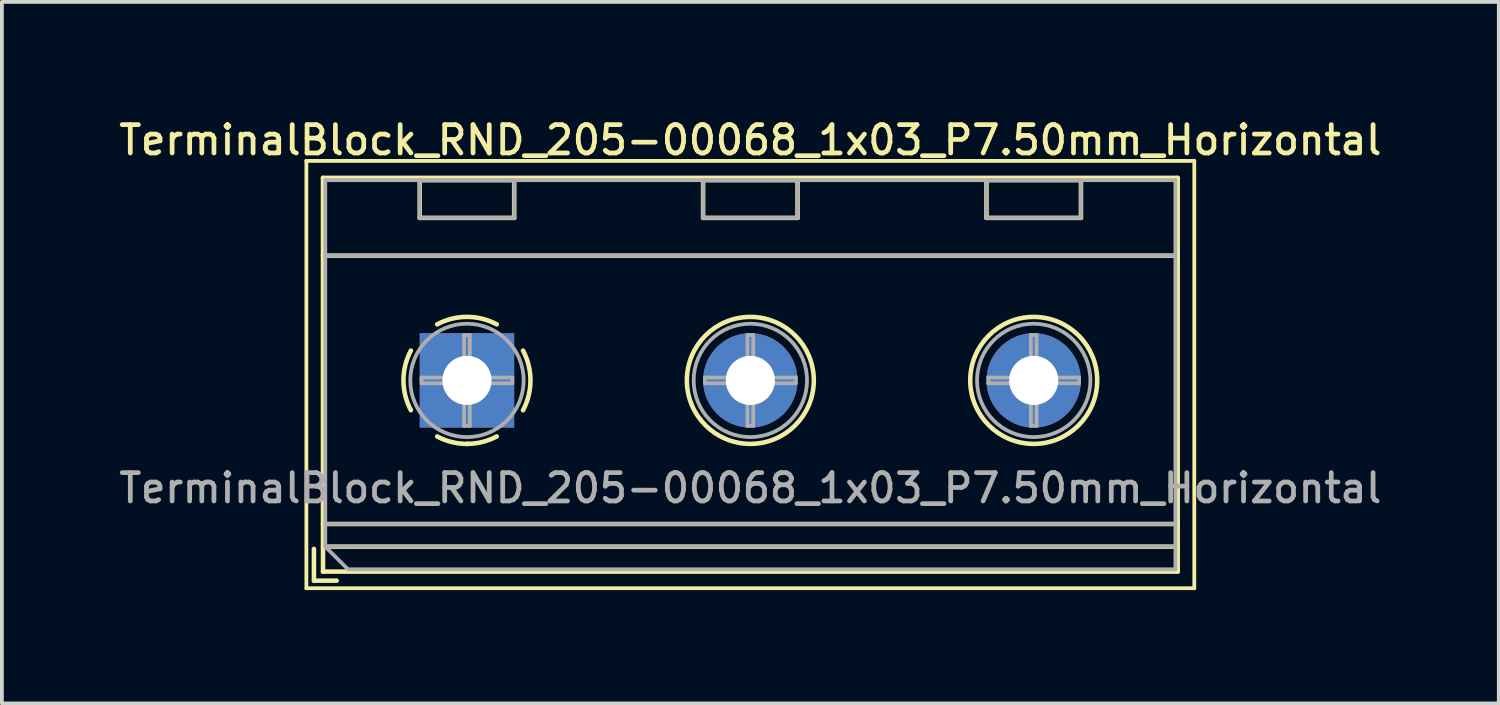
<source format=kicad_pcb>
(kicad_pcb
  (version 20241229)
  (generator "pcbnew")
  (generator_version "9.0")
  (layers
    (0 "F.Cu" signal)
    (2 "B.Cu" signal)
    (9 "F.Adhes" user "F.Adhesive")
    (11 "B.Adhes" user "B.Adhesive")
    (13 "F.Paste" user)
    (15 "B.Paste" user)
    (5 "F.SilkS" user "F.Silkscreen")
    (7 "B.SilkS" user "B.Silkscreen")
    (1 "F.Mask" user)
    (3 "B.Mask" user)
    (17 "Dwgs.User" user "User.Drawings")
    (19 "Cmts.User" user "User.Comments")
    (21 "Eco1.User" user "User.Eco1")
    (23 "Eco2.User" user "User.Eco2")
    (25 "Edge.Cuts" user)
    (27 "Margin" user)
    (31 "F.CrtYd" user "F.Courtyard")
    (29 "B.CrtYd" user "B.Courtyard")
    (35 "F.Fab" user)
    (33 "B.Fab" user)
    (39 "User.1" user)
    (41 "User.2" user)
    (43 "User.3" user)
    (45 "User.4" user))
  (footprint "TerminalBlock_RND_205-00068_1x03_P7.50mm_Horizontal"
    (layer "F.Cu")
    (at 9.309 7.018)
    (property "Reference" "TerminalBlock_RND_205-00068_1x03_P7.50mm_Horizontal" (at 7.5 -6.36 0) (layer "F.SilkS") (effects (font (size 0.75 0.75) (thickness 0.125))))
    (attr through_hole)
    (fp_line (start -4.25 -5.81) (end -4.25 5.5) (stroke (width 0.1) (type solid)) (layer "F.SilkS"))
    (fp_line (start -4.25 5.5) (end 19.25 5.5) (stroke (width 0.1) (type solid)) (layer "F.SilkS"))
    (fp_line (start -4.05 4.46) (end -4.05 5.3) (stroke (width 0.12) (type solid)) (layer "F.SilkS"))
    (fp_line (start -4.05 5.3) (end -3.45 5.3) (stroke (width 0.12) (type solid)) (layer "F.SilkS"))
    (fp_line (start -3.81 -5.36) (end -3.81 5.06) (stroke (width 0.12) (type solid)) (layer "F.SilkS"))
    (fp_line (start -3.81 -5.36) (end 18.811 -5.36) (stroke (width 0.12) (type solid)) (layer "F.SilkS"))
    (fp_line (start -3.81 -3.301) (end 18.811 -3.301) (stroke (width 0.12) (type solid)) (layer "F.SilkS"))
    (fp_line (start -3.81 3.8) (end 18.811 3.8) (stroke (width 0.12) (type solid)) (layer "F.SilkS"))
    (fp_line (start -3.81 4.4) (end 18.811 4.4) (stroke (width 0.12) (type solid)) (layer "F.SilkS"))
    (fp_line (start -3.81 5.06) (end 18.811 5.06) (stroke (width 0.12) (type solid)) (layer "F.SilkS"))
    (fp_line (start -1.25 -5.301) (end -1.25 -4.301) (stroke (width 0.12) (type solid)) (layer "F.SilkS"))
    (fp_line (start -1.25 -5.301) (end 1.25 -5.301) (stroke (width 0.12) (type solid)) (layer "F.SilkS"))
    (fp_line (start -1.25 -4.301) (end 1.25 -4.301) (stroke (width 0.12) (type solid)) (layer "F.SilkS"))
    (fp_line (start 1.25 -5.301) (end 1.25 -4.301) (stroke (width 0.12) (type solid)) (layer "F.SilkS"))
    (fp_line (start 6.25 -5.301) (end 6.25 -4.301) (stroke (width 0.12) (type solid)) (layer "F.SilkS"))
    (fp_line (start 6.25 -5.301) (end 8.75 -5.301) (stroke (width 0.12) (type solid)) (layer "F.SilkS"))
    (fp_line (start 6.25 -4.301) (end 8.75 -4.301) (stroke (width 0.12) (type solid)) (layer "F.SilkS"))
    (fp_line (start 8.75 -5.301) (end 8.75 -4.301) (stroke (width 0.12) (type solid)) (layer "F.SilkS"))
    (fp_line (start 13.75 -5.301) (end 13.75 -4.301) (stroke (width 0.12) (type solid)) (layer "F.SilkS"))
    (fp_line (start 13.75 -5.301) (end 16.25 -5.301) (stroke (width 0.12) (type solid)) (layer "F.SilkS"))
    (fp_line (start 13.75 -4.301) (end 16.25 -4.301) (stroke (width 0.12) (type solid)) (layer "F.SilkS"))
    (fp_line (start 16.25 -5.301) (end 16.25 -4.301) (stroke (width 0.12) (type solid)) (layer "F.SilkS"))
    (fp_line (start 18.811 -5.36) (end 18.811 5.06) (stroke (width 0.12) (type solid)) (layer "F.SilkS"))
    (fp_line (start 19.25 -5.81) (end -4.25 -5.81) (stroke (width 0.1) (type solid)) (layer "F.SilkS"))
    (fp_line (start 19.25 5.5) (end 19.25 -5.81) (stroke (width 0.1) (type solid)) (layer "F.SilkS"))
    (fp_arc (start -1.483953 0.789089) (mid -1.680708 0.00005) (end -1.484 -0.789) (stroke (width 0.12) (type solid)) (layer "F.SilkS"))
    (fp_arc (start -0.789089 -1.483953) (mid -0.00005 -1.680708) (end 0.789 -1.484) (stroke (width 0.12) (type solid)) (layer "F.SilkS"))
    (fp_arc (start 0.029383 1.68045) (mid -0.392304 1.634281) (end -0.789 1.484) (stroke (width 0.12) (type solid)) (layer "F.SilkS"))
    (fp_arc (start 0.788712 1.483352) (mid 0.406429 1.630097) (end 0 1.68) (stroke (width 0.12) (type solid)) (layer "F.SilkS"))
    (fp_arc (start 1.483953 -0.789089) (mid 1.680708 -0.00005) (end 1.484 0.789) (stroke (width 0.12) (type solid)) (layer "F.SilkS"))
    (fp_circle (center 7.5 0) (end 9.18 0) (stroke (width 0.12) (type solid)) (fill no) (layer "F.SilkS"))
    (fp_circle (center 15 0) (end 16.68 0) (stroke (width 0.12) (type solid)) (fill no) (layer "F.SilkS"))
    (fp_line (start -3.75 -5.3) (end 18.75 -5.3) (stroke (width 0.1) (type solid)) (layer "F.Fab"))
    (fp_line (start -3.75 -3.3) (end 18.75 -3.3) (stroke (width 0.1) (type solid)) (layer "F.Fab"))
    (fp_line (start -3.75 3.8) (end 18.75 3.8) (stroke (width 0.1) (type solid)) (layer "F.Fab"))
    (fp_line (start -3.75 4.4) (end -3.75 -5.3) (stroke (width 0.1) (type solid)) (layer "F.Fab"))
    (fp_line (start -3.75 4.4) (end 18.75 4.4) (stroke (width 0.1) (type solid)) (layer "F.Fab"))
    (fp_line (start -3.15 5) (end -3.75 4.4) (stroke (width 0.1) (type solid)) (layer "F.Fab"))
    (fp_line (start -1.25 -5.3) (end -1.25 -4.3) (stroke (width 0.1) (type solid)) (layer "F.Fab"))
    (fp_line (start -1.25 -4.3) (end 1.25 -4.3) (stroke (width 0.1) (type solid)) (layer "F.Fab"))
    (fp_line (start -1.201 -0.076) (end -0.076 -0.076) (stroke (width 0.1) (type solid)) (layer "F.Fab"))
    (fp_line (start -1.201 0.076) (end -1.201 -0.076) (stroke (width 0.1) (type solid)) (layer "F.Fab"))
    (fp_line (start -0.076 -1.201) (end 0.076 -1.201) (stroke (width 0.1) (type solid)) (layer "F.Fab"))
    (fp_line (start -0.076 -0.076) (end -0.076 -1.201) (stroke (width 0.1) (type solid)) (layer "F.Fab"))
    (fp_line (start -0.076 0.076) (end -1.201 0.076) (stroke (width 0.1) (type solid)) (layer "F.Fab"))
    (fp_line (start -0.076 1.201) (end -0.076 0.076) (stroke (width 0.1) (type solid)) (layer "F.Fab"))
    (fp_line (start 0.076 -1.201) (end 0.076 -0.076) (stroke (width 0.1) (type solid)) (layer "F.Fab"))
    (fp_line (start 0.076 -0.076) (end 1.201 -0.076) (stroke (width 0.1) (type solid)) (layer "F.Fab"))
    (fp_line (start 0.076 0.076) (end 0.076 1.201) (stroke (width 0.1) (type solid)) (layer "F.Fab"))
    (fp_line (start 0.076 1.201) (end -0.076 1.201) (stroke (width 0.1) (type solid)) (layer "F.Fab"))
    (fp_line (start 1.201 -0.076) (end 1.201 0.076) (stroke (width 0.1) (type solid)) (layer "F.Fab"))
    (fp_line (start 1.201 0.076) (end 0.076 0.076) (stroke (width 0.1) (type solid)) (layer "F.Fab"))
    (fp_line (start 1.25 -5.3) (end -1.25 -5.3) (stroke (width 0.1) (type solid)) (layer "F.Fab"))
    (fp_line (start 1.25 -4.3) (end 1.25 -5.3) (stroke (width 0.1) (type solid)) (layer "F.Fab"))
    (fp_line (start 6.25 -5.3) (end 6.25 -4.3) (stroke (width 0.1) (type solid)) (layer "F.Fab"))
    (fp_line (start 6.25 -4.3) (end 8.75 -4.3) (stroke (width 0.1) (type solid)) (layer "F.Fab"))
    (fp_line (start 6.299 -0.076) (end 7.424 -0.076) (stroke (width 0.1) (type solid)) (layer "F.Fab"))
    (fp_line (start 6.299 0.076) (end 6.299 -0.076) (stroke (width 0.1) (type solid)) (layer "F.Fab"))
    (fp_line (start 7.424 -1.201) (end 7.576 -1.201) (stroke (width 0.1) (type solid)) (layer "F.Fab"))
    (fp_line (start 7.424 -0.076) (end 7.424 -1.201) (stroke (width 0.1) (type solid)) (layer "F.Fab"))
    (fp_line (start 7.424 0.076) (end 6.299 0.076) (stroke (width 0.1) (type solid)) (layer "F.Fab"))
    (fp_line (start 7.424 1.201) (end 7.424 0.076) (stroke (width 0.1) (type solid)) (layer "F.Fab"))
    (fp_line (start 7.576 -1.201) (end 7.576 -0.076) (stroke (width 0.1) (type solid)) (layer "F.Fab"))
    (fp_line (start 7.576 -0.076) (end 8.701 -0.076) (stroke (width 0.1) (type solid)) (layer "F.Fab"))
    (fp_line (start 7.576 0.076) (end 7.576 1.201) (stroke (width 0.1) (type solid)) (layer "F.Fab"))
    (fp_line (start 7.576 1.201) (end 7.424 1.201) (stroke (width 0.1) (type solid)) (layer "F.Fab"))
    (fp_line (start 8.701 -0.076) (end 8.701 0.076) (stroke (width 0.1) (type solid)) (layer "F.Fab"))
    (fp_line (start 8.701 0.076) (end 7.576 0.076) (stroke (width 0.1) (type solid)) (layer "F.Fab"))
    (fp_line (start 8.75 -5.3) (end 6.25 -5.3) (stroke (width 0.1) (type solid)) (layer "F.Fab"))
    (fp_line (start 8.75 -4.3) (end 8.75 -5.3) (stroke (width 0.1) (type solid)) (layer "F.Fab"))
    (fp_line (start 13.75 -5.3) (end 13.75 -4.3) (stroke (width 0.1) (type solid)) (layer "F.Fab"))
    (fp_line (start 13.75 -4.3) (end 16.25 -4.3) (stroke (width 0.1) (type solid)) (layer "F.Fab"))
    (fp_line (start 13.799 -0.076) (end 14.924 -0.076) (stroke (width 0.1) (type solid)) (layer "F.Fab"))
    (fp_line (start 13.799 0.076) (end 13.799 -0.076) (stroke (width 0.1) (type solid)) (layer "F.Fab"))
    (fp_line (start 14.924 -1.201) (end 15.076 -1.201) (stroke (width 0.1) (type solid)) (layer "F.Fab"))
    (fp_line (start 14.924 -0.076) (end 14.924 -1.201) (stroke (width 0.1) (type solid)) (layer "F.Fab"))
    (fp_line (start 14.924 0.076) (end 13.799 0.076) (stroke (width 0.1) (type solid)) (layer "F.Fab"))
    (fp_line (start 14.924 1.201) (end 14.924 0.076) (stroke (width 0.1) (type solid)) (layer "F.Fab"))
    (fp_line (start 15.076 -1.201) (end 15.076 -0.076) (stroke (width 0.1) (type solid)) (layer "F.Fab"))
    (fp_line (start 15.076 -0.076) (end 16.201 -0.076) (stroke (width 0.1) (type solid)) (layer "F.Fab"))
    (fp_line (start 15.076 0.076) (end 15.076 1.201) (stroke (width 0.1) (type solid)) (layer "F.Fab"))
    (fp_line (start 15.076 1.201) (end 14.924 1.201) (stroke (width 0.1) (type solid)) (layer "F.Fab"))
    (fp_line (start 16.201 -0.076) (end 16.201 0.076) (stroke (width 0.1) (type solid)) (layer "F.Fab"))
    (fp_line (start 16.201 0.076) (end 15.076 0.076) (stroke (width 0.1) (type solid)) (layer "F.Fab"))
    (fp_line (start 16.25 -5.3) (end 13.75 -5.3) (stroke (width 0.1) (type solid)) (layer "F.Fab"))
    (fp_line (start 16.25 -4.3) (end 16.25 -5.3) (stroke (width 0.1) (type solid)) (layer "F.Fab"))
    (fp_line (start 18.75 -5.3) (end 18.75 5) (stroke (width 0.1) (type solid)) (layer "F.Fab"))
    (fp_line (start 18.75 5) (end -3.15 5) (stroke (width 0.1) (type solid)) (layer "F.Fab"))
    (fp_circle (center 0 0) (end 1.5 0) (stroke (width 0.1) (type solid)) (fill no) (layer "F.Fab"))
    (fp_circle (center 7.5 0) (end 9 0) (stroke (width 0.1) (type solid)) (fill no) (layer "F.Fab"))
    (fp_circle (center 15 0) (end 16.5 0) (stroke (width 0.1) (type solid)) (fill no) (layer "F.Fab"))
    (fp_text user "${REFERENCE}" (at 7.5 2.85 0) (layer "F.Fab") (effects (font (size 0.75 0.75) (thickness 0.125))))
    (pad "1" thru_hole rect (at 0 0) (size 2.5 2.5) (drill 1.3) (layers "*.Cu" "*.Mask"))
    (pad "2" thru_hole circle (at 7.5 0) (size 2.5 2.5) (drill 1.3) (layers "*.Cu" "*.Mask"))
    (pad "3" thru_hole circle (at 15 0) (size 2.5 2.5) (drill 1.3) (layers "*.Cu" "*.Mask")))
  (gr_rect
    (start -3 -3)
    (end 36.618 15.568)
    (stroke (width 0.1) (type default))
    (fill no)
    (layer "Edge.Cuts")))
</source>
